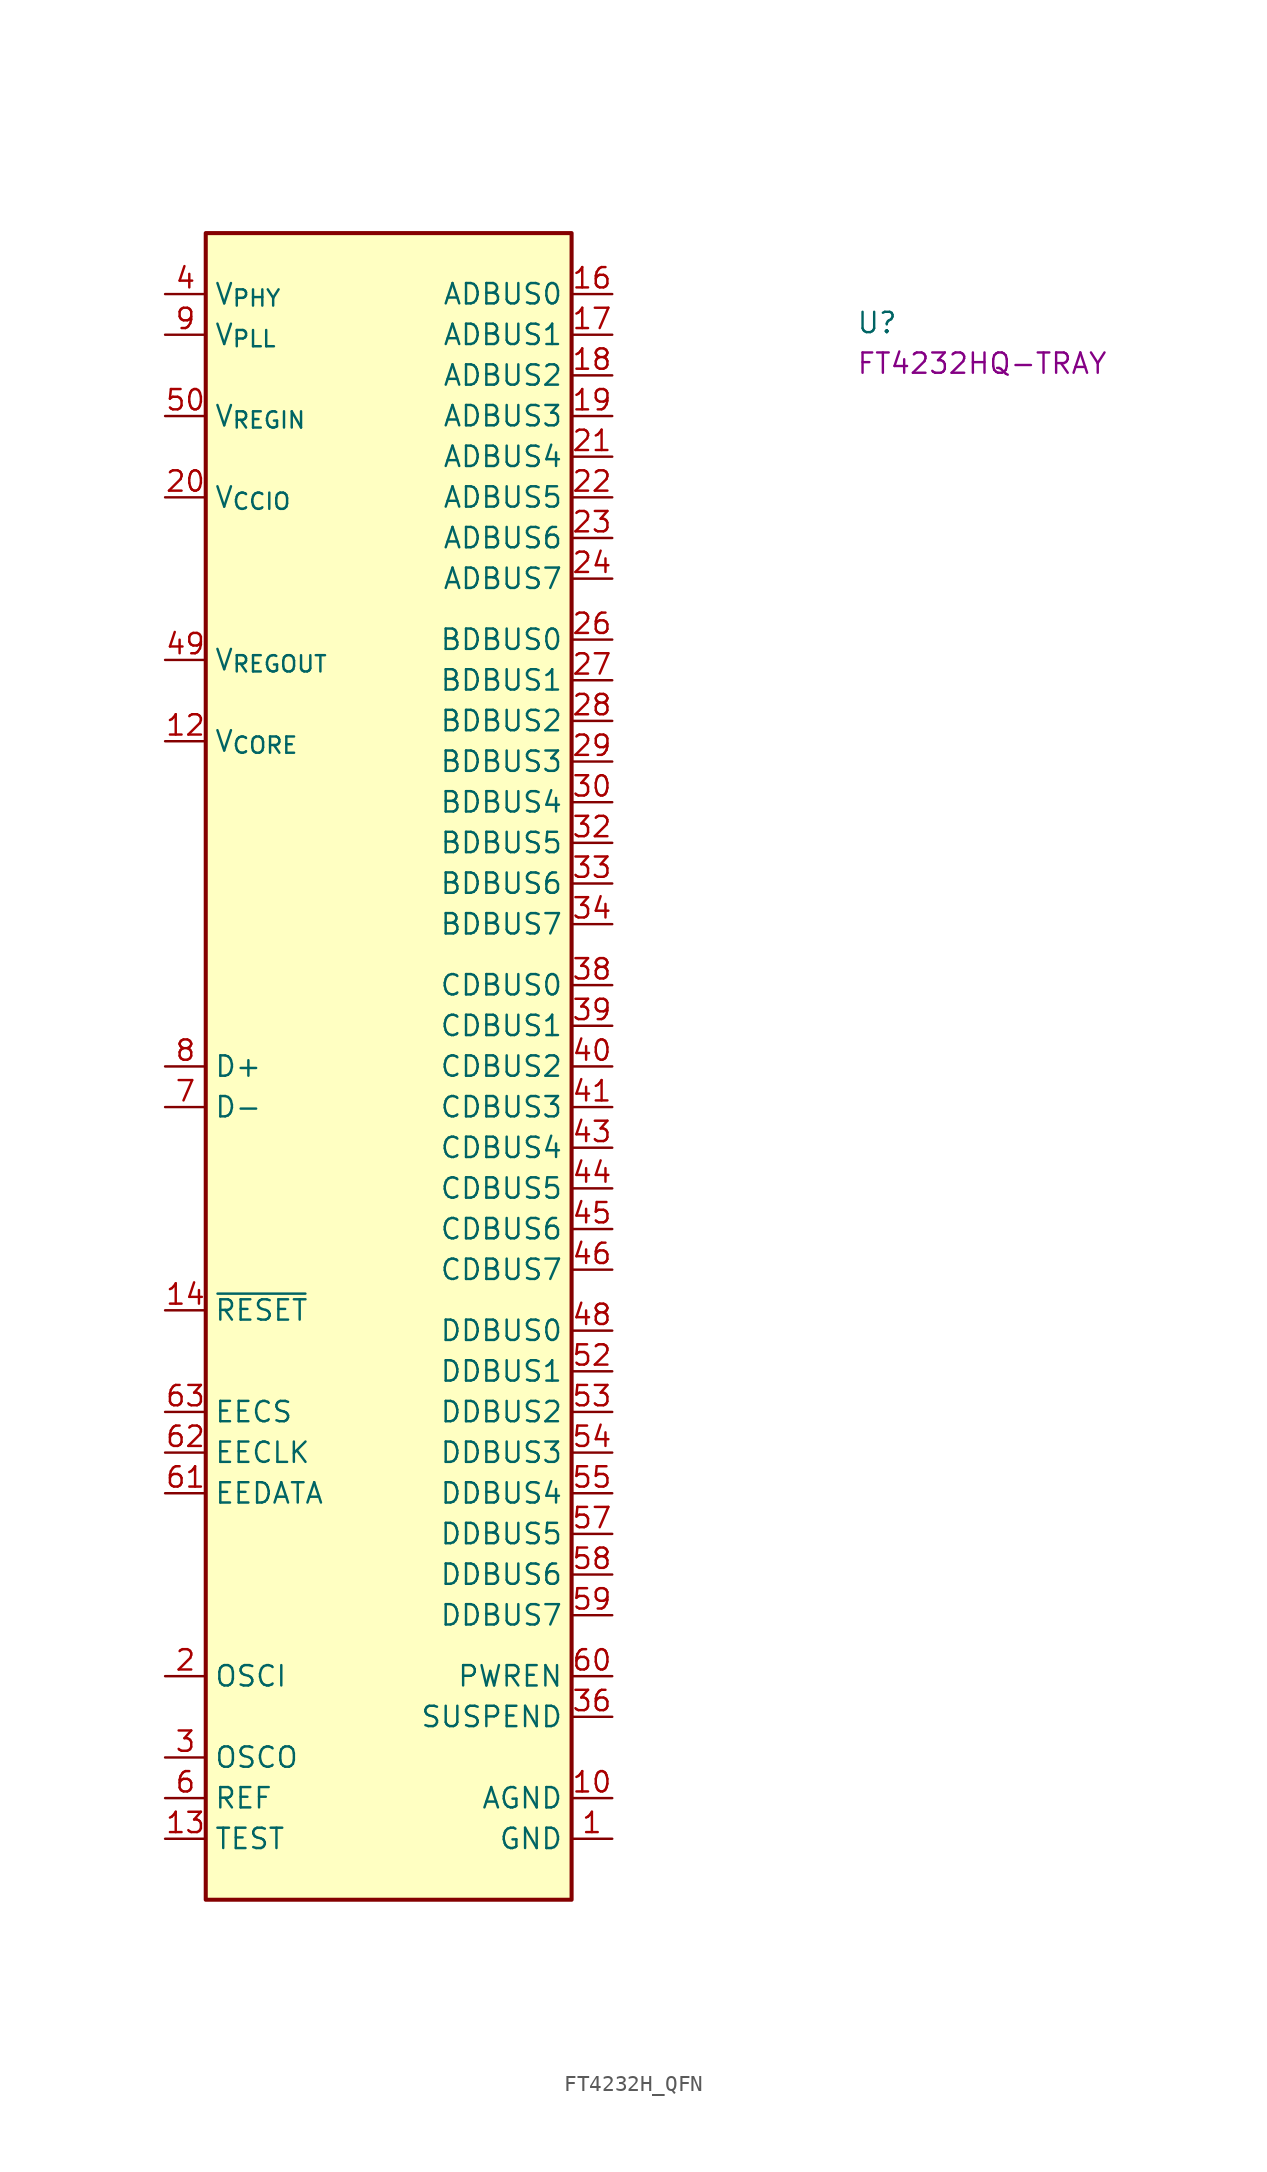
<source format=kicad_sym>
(kicad_symbol_lib
  (version 20220914)
  (generator kicad_symbol_editor)
  (symbol "FT4232H_QFN"
    (property "Reference" "U"
      (at 43.18 -2.54 0)
      (effects (font (size 1.27 1.27) (thickness 0.15)) (justify left bottom)))
    (property "MPN" "FT4232HQ-TRAY"
      (at 43.18 -5.08 0)
      (effects (font (size 1.27 1.27) (thickness 0.15)) (justify left bottom)))
    (symbol "FT4232H_QFN_1_1"
      (rectangle (start 2.54 3.81) (end 25.4 -100.33) (stroke (width 0.254) (type default)) (fill (type background)))
      (pin power_in line (at 27.94 -96.52 180) (length 2.54) (name "GND" (effects (font (size 1.27 1.27)))) (number "1" (effects (font (size 1.27 1.27)))))
      (pin power_in line (at 27.94 -93.98 180) (length 2.54) (name "AGND" (effects (font (size 1.27 1.27)))) (number "10" (effects (font (size 1.27 1.27)))))
      (pin passive line (at 27.94 -96.52 180) (length 2.54) hide (name "GND" (effects (font (size 1.27 1.27)))) (number "11" (effects (font (size 1.27 1.27)))))
      (pin power_in line (at 0 -27.94 0) (length 2.54) (name "V_{CORE}" (effects (font (size 1.27 1.27)))) (number "12" (effects (font (size 1.27 1.27)))))
      (pin input line (at 0 -96.52 0) (length 2.54) (name "TEST" (effects (font (size 1.27 1.27)))) (number "13" (effects (font (size 1.27 1.27)))))
      (pin input line (at 0 -63.5 0) (length 2.54) (name "~{RESET}" (effects (font (size 1.27 1.27)))) (number "14" (effects (font (size 1.27 1.27)))))
      (pin passive line (at 27.94 -96.52 180) (length 2.54) hide (name "GND" (effects (font (size 1.27 1.27)))) (number "15" (effects (font (size 1.27 1.27)))))
      (pin bidirectional line (at 27.94 0 180) (length 2.54) (name "ADBUS0" (effects (font (size 1.27 1.27)))) (number "16" (effects (font (size 1.27 1.27)))))
      (pin bidirectional line (at 27.94 -2.54 180) (length 2.54) (name "ADBUS1" (effects (font (size 1.27 1.27)))) (number "17" (effects (font (size 1.27 1.27)))))
      (pin bidirectional line (at 27.94 -5.08 180) (length 2.54) (name "ADBUS2" (effects (font (size 1.27 1.27)))) (number "18" (effects (font (size 1.27 1.27)))))
      (pin bidirectional line (at 27.94 -7.62 180) (length 2.54) (name "ADBUS3" (effects (font (size 1.27 1.27)))) (number "19" (effects (font (size 1.27 1.27)))))
      (pin input line (at 0 -86.36 0) (length 2.54) (name "OSCI" (effects (font (size 1.27 1.27)))) (number "2" (effects (font (size 1.27 1.27)))))
      (pin power_in line (at 0 -12.7 0) (length 2.54) (name "V_{CCIO}" (effects (font (size 1.27 1.27)))) (number "20" (effects (font (size 1.27 1.27)))))
      (pin bidirectional line (at 27.94 -10.16 180) (length 2.54) (name "ADBUS4" (effects (font (size 1.27 1.27)))) (number "21" (effects (font (size 1.27 1.27)))))
      (pin bidirectional line (at 27.94 -12.7 180) (length 2.54) (name "ADBUS5" (effects (font (size 1.27 1.27)))) (number "22" (effects (font (size 1.27 1.27)))))
      (pin bidirectional line (at 27.94 -15.24 180) (length 2.54) (name "ADBUS6" (effects (font (size 1.27 1.27)))) (number "23" (effects (font (size 1.27 1.27)))))
      (pin bidirectional line (at 27.94 -17.78 180) (length 2.54) (name "ADBUS7" (effects (font (size 1.27 1.27)))) (number "24" (effects (font (size 1.27 1.27)))))
      (pin passive line (at 27.94 -96.52 180) (length 2.54) hide (name "GND" (effects (font (size 1.27 1.27)))) (number "25" (effects (font (size 1.27 1.27)))))
      (pin bidirectional line (at 27.94 -21.59 180) (length 2.54) (name "BDBUS0" (effects (font (size 1.27 1.27)))) (number "26" (effects (font (size 1.27 1.27)))))
      (pin bidirectional line (at 27.94 -24.13 180) (length 2.54) (name "BDBUS1" (effects (font (size 1.27 1.27)))) (number "27" (effects (font (size 1.27 1.27)))))
      (pin bidirectional line (at 27.94 -26.67 180) (length 2.54) (name "BDBUS2" (effects (font (size 1.27 1.27)))) (number "28" (effects (font (size 1.27 1.27)))))
      (pin bidirectional line (at 27.94 -29.21 180) (length 2.54) (name "BDBUS3" (effects (font (size 1.27 1.27)))) (number "29" (effects (font (size 1.27 1.27)))))
      (pin output line (at 0 -91.44 0) (length 2.54) (name "OSCO" (effects (font (size 1.27 1.27)))) (number "3" (effects (font (size 1.27 1.27)))))
      (pin bidirectional line (at 27.94 -31.75 180) (length 2.54) (name "BDBUS4" (effects (font (size 1.27 1.27)))) (number "30" (effects (font (size 1.27 1.27)))))
      (pin passive line (at 0 -12.7 0) (length 2.54) hide (name "V_{CCIO}" (effects (font (size 1.27 1.27)))) (number "31" (effects (font (size 1.27 1.27)))))
      (pin bidirectional line (at 27.94 -34.29 180) (length 2.54) (name "BDBUS5" (effects (font (size 1.27 1.27)))) (number "32" (effects (font (size 1.27 1.27)))))
      (pin bidirectional line (at 27.94 -36.83 180) (length 2.54) (name "BDBUS6" (effects (font (size 1.27 1.27)))) (number "33" (effects (font (size 1.27 1.27)))))
      (pin bidirectional line (at 27.94 -39.37 180) (length 2.54) (name "BDBUS7" (effects (font (size 1.27 1.27)))) (number "34" (effects (font (size 1.27 1.27)))))
      (pin passive line (at 27.94 -96.52 180) (length 2.54) hide (name "GND" (effects (font (size 1.27 1.27)))) (number "35" (effects (font (size 1.27 1.27)))))
      (pin output line (at 27.94 -88.9 180) (length 2.54) (name "SUSPEND" (effects (font (size 1.27 1.27)))) (number "36" (effects (font (size 1.27 1.27)))))
      (pin passive line (at 0 -27.94 0) (length 2.54) hide (name "V_{CORE}" (effects (font (size 1.27 1.27)))) (number "37" (effects (font (size 1.27 1.27)))))
      (pin bidirectional line (at 27.94 -43.18 180) (length 2.54) (name "CDBUS0" (effects (font (size 1.27 1.27)))) (number "38" (effects (font (size 1.27 1.27)))))
      (pin bidirectional line (at 27.94 -45.72 180) (length 2.54) (name "CDBUS1" (effects (font (size 1.27 1.27)))) (number "39" (effects (font (size 1.27 1.27)))))
      (pin power_in line (at 0 0 0) (length 2.54) (name "V_{PHY}" (effects (font (size 1.27 1.27)))) (number "4" (effects (font (size 1.27 1.27)))))
      (pin bidirectional line (at 27.94 -48.26 180) (length 2.54) (name "CDBUS2" (effects (font (size 1.27 1.27)))) (number "40" (effects (font (size 1.27 1.27)))))
      (pin bidirectional line (at 27.94 -50.8 180) (length 2.54) (name "CDBUS3" (effects (font (size 1.27 1.27)))) (number "41" (effects (font (size 1.27 1.27)))))
      (pin passive line (at 0 -12.7 0) (length 2.54) hide (name "V_{CCIO}" (effects (font (size 1.27 1.27)))) (number "42" (effects (font (size 1.27 1.27)))))
      (pin bidirectional line (at 27.94 -53.34 180) (length 2.54) (name "CDBUS4" (effects (font (size 1.27 1.27)))) (number "43" (effects (font (size 1.27 1.27)))))
      (pin bidirectional line (at 27.94 -55.88 180) (length 2.54) (name "CDBUS5" (effects (font (size 1.27 1.27)))) (number "44" (effects (font (size 1.27 1.27)))))
      (pin bidirectional line (at 27.94 -58.42 180) (length 2.54) (name "CDBUS6" (effects (font (size 1.27 1.27)))) (number "45" (effects (font (size 1.27 1.27)))))
      (pin bidirectional line (at 27.94 -60.96 180) (length 2.54) (name "CDBUS7" (effects (font (size 1.27 1.27)))) (number "46" (effects (font (size 1.27 1.27)))))
      (pin passive line (at 27.94 -96.52 180) (length 2.54) hide (name "GND" (effects (font (size 1.27 1.27)))) (number "47" (effects (font (size 1.27 1.27)))))
      (pin bidirectional line (at 27.94 -64.77 180) (length 2.54) (name "DDBUS0" (effects (font (size 1.27 1.27)))) (number "48" (effects (font (size 1.27 1.27)))))
      (pin power_out line (at 0 -22.86 0) (length 2.54) (name "V_{REGOUT}" (effects (font (size 1.27 1.27)))) (number "49" (effects (font (size 1.27 1.27)))))
      (pin passive line (at 27.94 -96.52 180) (length 2.54) hide (name "GND" (effects (font (size 1.27 1.27)))) (number "5" (effects (font (size 1.27 1.27)))))
      (pin power_in line (at 0 -7.62 0) (length 2.54) (name "V_{REGIN}" (effects (font (size 1.27 1.27)))) (number "50" (effects (font (size 1.27 1.27)))))
      (pin passive line (at 27.94 -96.52 180) (length 2.54) hide (name "GND" (effects (font (size 1.27 1.27)))) (number "51" (effects (font (size 1.27 1.27)))))
      (pin bidirectional line (at 27.94 -67.31 180) (length 2.54) (name "DDBUS1" (effects (font (size 1.27 1.27)))) (number "52" (effects (font (size 1.27 1.27)))))
      (pin bidirectional line (at 27.94 -69.85 180) (length 2.54) (name "DDBUS2" (effects (font (size 1.27 1.27)))) (number "53" (effects (font (size 1.27 1.27)))))
      (pin bidirectional line (at 27.94 -72.39 180) (length 2.54) (name "DDBUS3" (effects (font (size 1.27 1.27)))) (number "54" (effects (font (size 1.27 1.27)))))
      (pin bidirectional line (at 27.94 -74.93 180) (length 2.54) (name "DDBUS4" (effects (font (size 1.27 1.27)))) (number "55" (effects (font (size 1.27 1.27)))))
      (pin passive line (at 0 -12.7 0) (length 2.54) hide (name "V_{CCIO}" (effects (font (size 1.27 1.27)))) (number "56" (effects (font (size 1.27 1.27)))))
      (pin bidirectional line (at 27.94 -77.47 180) (length 2.54) (name "DDBUS5" (effects (font (size 1.27 1.27)))) (number "57" (effects (font (size 1.27 1.27)))))
      (pin bidirectional line (at 27.94 -80.01 180) (length 2.54) (name "DDBUS6" (effects (font (size 1.27 1.27)))) (number "58" (effects (font (size 1.27 1.27)))))
      (pin bidirectional line (at 27.94 -82.55 180) (length 2.54) (name "DDBUS7" (effects (font (size 1.27 1.27)))) (number "59" (effects (font (size 1.27 1.27)))))
      (pin input line (at 0 -93.98 0) (length 2.54) (name "REF" (effects (font (size 1.27 1.27)))) (number "6" (effects (font (size 1.27 1.27)))))
      (pin output line (at 27.94 -86.36 180) (length 2.54) (name "PWREN" (effects (font (size 1.27 1.27)))) (number "60" (effects (font (size 1.27 1.27)))))
      (pin bidirectional line (at 0 -74.93 0) (length 2.54) (name "EEDATA" (effects (font (size 1.27 1.27)))) (number "61" (effects (font (size 1.27 1.27)))))
      (pin output line (at 0 -72.39 0) (length 2.54) (name "EECLK" (effects (font (size 1.27 1.27)))) (number "62" (effects (font (size 1.27 1.27)))))
      (pin bidirectional line (at 0 -69.85 0) (length 2.54) (name "EECS" (effects (font (size 1.27 1.27)))) (number "63" (effects (font (size 1.27 1.27)))))
      (pin passive line (at 0 -27.94 0) (length 2.54) hide (name "V_{CORE}" (effects (font (size 1.27 1.27)))) (number "64" (effects (font (size 1.27 1.27)))))
      (pin passive line (at 27.94 -96.52 180) (length 2.54) hide (name "GND" (effects (font (size 1.27 1.27)))) (number "65" (effects (font (size 1.27 1.27)))))
      (pin bidirectional line (at 0 -50.8 0) (length 2.54) (name "D-" (effects (font (size 1.27 1.27)))) (number "7" (effects (font (size 1.27 1.27)))))
      (pin bidirectional line (at 0 -48.26 0) (length 2.54) (name "D+" (effects (font (size 1.27 1.27)))) (number "8" (effects (font (size 1.27 1.27)))))
      (pin power_in line (at 0 -2.54 0) (length 2.54) (name "V_{PLL}" (effects (font (size 1.27 1.27)))) (number "9" (effects (font (size 1.27 1.27))))))))
</source>
